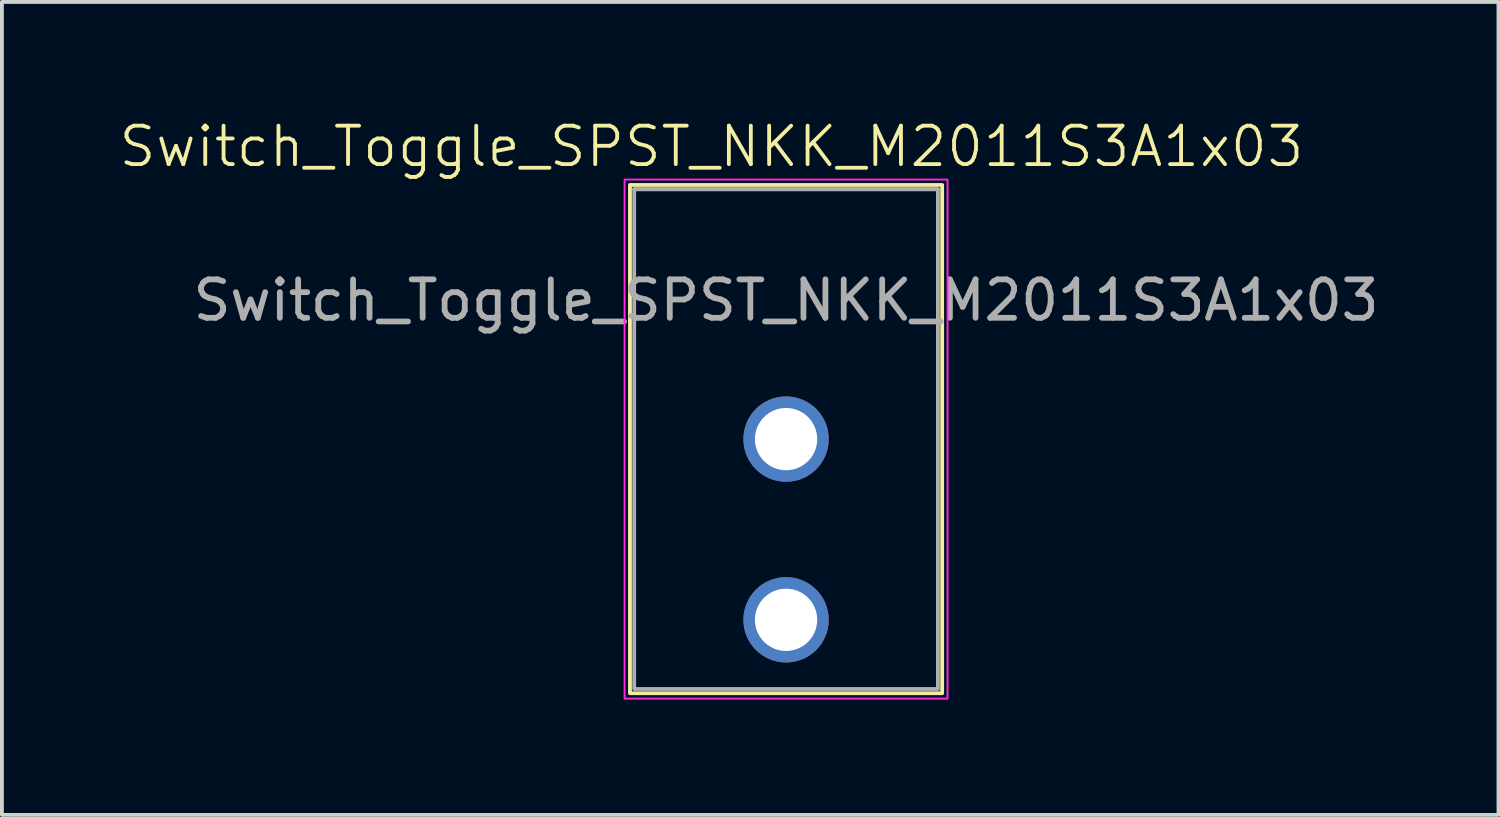
<source format=kicad_pcb>
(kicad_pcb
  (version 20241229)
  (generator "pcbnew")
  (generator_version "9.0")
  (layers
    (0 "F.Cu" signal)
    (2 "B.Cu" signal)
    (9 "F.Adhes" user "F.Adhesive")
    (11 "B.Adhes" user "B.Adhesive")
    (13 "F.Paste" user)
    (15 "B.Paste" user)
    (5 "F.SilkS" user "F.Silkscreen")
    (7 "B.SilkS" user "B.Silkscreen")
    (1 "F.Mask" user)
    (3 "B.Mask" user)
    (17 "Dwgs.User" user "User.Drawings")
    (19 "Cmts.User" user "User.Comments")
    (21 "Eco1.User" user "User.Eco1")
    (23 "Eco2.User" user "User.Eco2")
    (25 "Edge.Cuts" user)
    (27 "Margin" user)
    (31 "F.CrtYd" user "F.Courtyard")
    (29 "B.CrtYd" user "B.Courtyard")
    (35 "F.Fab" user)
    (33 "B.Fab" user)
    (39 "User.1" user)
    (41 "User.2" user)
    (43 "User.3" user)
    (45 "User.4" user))
  (footprint "Switch_Toggle_SPST_NKK_M2011S3A1x03"
    (layer "F.Cu")
    (at 17.395 3.671)
    (property "Reference" "Switch_Toggle_SPST_NKK_M2011S3A1x03" (at -1.94 -2.91 0) (unlocked yes) (layer "F.SilkS") (effects (font (size 1 1) (thickness 0.1))))
    (attr through_hole)
    (fp_rect (start -4.06 -1.91) (end 4.06 11.31) (stroke (width 0.1) (type default)) (fill no) (layer "F.SilkS"))
    (fp_rect (start -4.2 -2.05) (end 4.2 11.45) (stroke (width 0.05) (type default)) (fill no) (layer "F.CrtYd"))
    (fp_rect (start -3.95 -1.8) (end 3.95 -1.8) (stroke (width 0.1) (type default)) (fill no) (layer "F.Fab"))
    (fp_rect (start -3.95 -1.8) (end 3.95 11.2) (stroke (width 0.1) (type default)) (fill no) (layer "F.Fab"))
    (fp_text user "${REFERENCE}" (at 0 1.09 0) (unlocked yes) (layer "F.Fab") (effects (font (size 1 1) (thickness 0.15))))
    (pad "2" thru_hole circle (at 0 4.7) (size 2.22 2.22) (drill 1.62) (layers "*.Cu" "*.Mask"))
    (pad "3" thru_hole circle (at 0 9.4) (size 2.22 2.22) (drill 1.62) (layers "*.Cu" "*.Mask")))
  (gr_rect
    (start -3 -3)
    (end 35.925 18.145)
    (stroke (width 0.1) (type default))
    (fill no)
    (layer "Edge.Cuts")))
</source>
